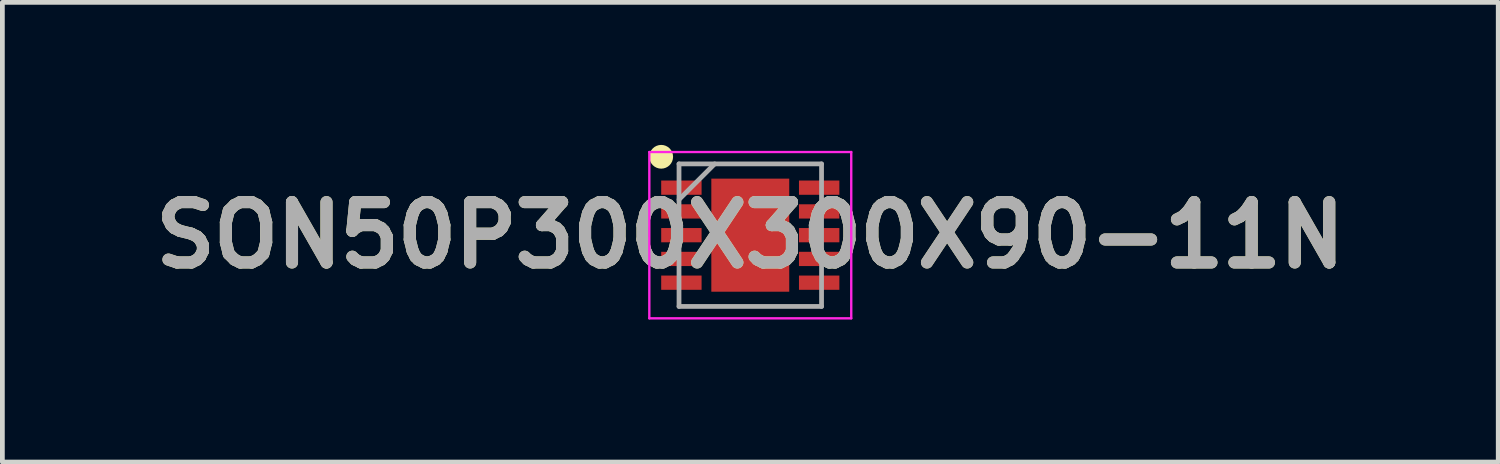
<source format=kicad_pcb>
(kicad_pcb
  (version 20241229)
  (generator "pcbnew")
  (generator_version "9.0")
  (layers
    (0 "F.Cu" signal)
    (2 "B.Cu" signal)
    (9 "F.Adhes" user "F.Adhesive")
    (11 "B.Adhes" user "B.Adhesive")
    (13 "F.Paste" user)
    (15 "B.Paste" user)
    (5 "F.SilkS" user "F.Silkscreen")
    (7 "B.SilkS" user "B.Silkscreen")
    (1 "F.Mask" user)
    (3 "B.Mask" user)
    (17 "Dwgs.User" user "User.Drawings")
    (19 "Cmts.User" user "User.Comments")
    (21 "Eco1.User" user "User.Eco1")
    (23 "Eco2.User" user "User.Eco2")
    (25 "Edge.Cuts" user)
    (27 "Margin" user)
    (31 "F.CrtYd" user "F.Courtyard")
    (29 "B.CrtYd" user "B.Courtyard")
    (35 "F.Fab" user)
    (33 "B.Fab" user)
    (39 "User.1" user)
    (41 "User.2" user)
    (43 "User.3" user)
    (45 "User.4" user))
  (footprint "SON50P300X300X90-11N"
    (layer "F.Cu")
    (at 12.742 1.9)
    (property "Reference" "SON50P300X300X90-11N" (at 0 0 0) (layer "F.SilkS") (effects (font (size 1.27 1.27) (thickness 0.254))))
    (attr smd)
    (fp_circle (center -1.875 -1.65) (end -1.875 -1.525) (stroke (width 0.25) (type solid)) (fill no) (layer "F.SilkS"))
    (fp_line (start -2.125 -1.75) (end 2.125 -1.75) (stroke (width 0.05) (type solid)) (layer "F.CrtYd"))
    (fp_line (start -2.125 1.75) (end -2.125 -1.75) (stroke (width 0.05) (type solid)) (layer "F.CrtYd"))
    (fp_line (start 2.125 -1.75) (end 2.125 1.75) (stroke (width 0.05) (type solid)) (layer "F.CrtYd"))
    (fp_line (start 2.125 1.75) (end -2.125 1.75) (stroke (width 0.05) (type solid)) (layer "F.CrtYd"))
    (fp_line (start -1.5 -1.5) (end 1.5 -1.5) (stroke (width 0.1) (type solid)) (layer "F.Fab"))
    (fp_line (start -1.5 -0.75) (end -0.75 -1.5) (stroke (width 0.1) (type solid)) (layer "F.Fab"))
    (fp_line (start -1.5 1.5) (end -1.5 -1.5) (stroke (width 0.1) (type solid)) (layer "F.Fab"))
    (fp_line (start 1.5 -1.5) (end 1.5 1.5) (stroke (width 0.1) (type solid)) (layer "F.Fab"))
    (fp_line (start 1.5 1.5) (end -1.5 1.5) (stroke (width 0.1) (type solid)) (layer "F.Fab"))
    (fp_text user "${REFERENCE}" (at 0 0 0) (layer "F.Fab") (effects (font (size 1.27 1.27) (thickness 0.254))))
    (pad "1" smd rect (at -1.45 -1 90) (size 0.3 0.85) (layers "F.Cu" "F.Mask" "F.Paste"))
    (pad "2" smd rect (at -1.45 -0.5 90) (size 0.3 0.85) (layers "F.Cu" "F.Mask" "F.Paste"))
    (pad "3" smd rect (at -1.45 0 90) (size 0.3 0.85) (layers "F.Cu" "F.Mask" "F.Paste"))
    (pad "4" smd rect (at -1.45 0.5 90) (size 0.3 0.85) (layers "F.Cu" "F.Mask" "F.Paste"))
    (pad "5" smd rect (at -1.45 1 90) (size 0.3 0.85) (layers "F.Cu" "F.Mask" "F.Paste"))
    (pad "6" smd rect (at 1.45 1 90) (size 0.3 0.85) (layers "F.Cu" "F.Mask" "F.Paste"))
    (pad "7" smd rect (at 1.45 0.5 90) (size 0.3 0.85) (layers "F.Cu" "F.Mask" "F.Paste"))
    (pad "8" smd rect (at 1.45 0 90) (size 0.3 0.85) (layers "F.Cu" "F.Mask" "F.Paste"))
    (pad "9" smd rect (at 1.45 -0.5 90) (size 0.3 0.85) (layers "F.Cu" "F.Mask" "F.Paste"))
    (pad "10" smd rect (at 1.45 -1 90) (size 0.3 0.85) (layers "F.Cu" "F.Mask" "F.Paste"))
    (pad "11" smd rect (at 0 0) (size 1.64 2.38) (layers "F.Cu" "F.Mask" "F.Paste")))
  (gr_rect
    (start -3 -3)
    (end 28.485 6.675)
    (stroke (width 0.1) (type default))
    (fill no)
    (layer "Edge.Cuts")))
</source>
